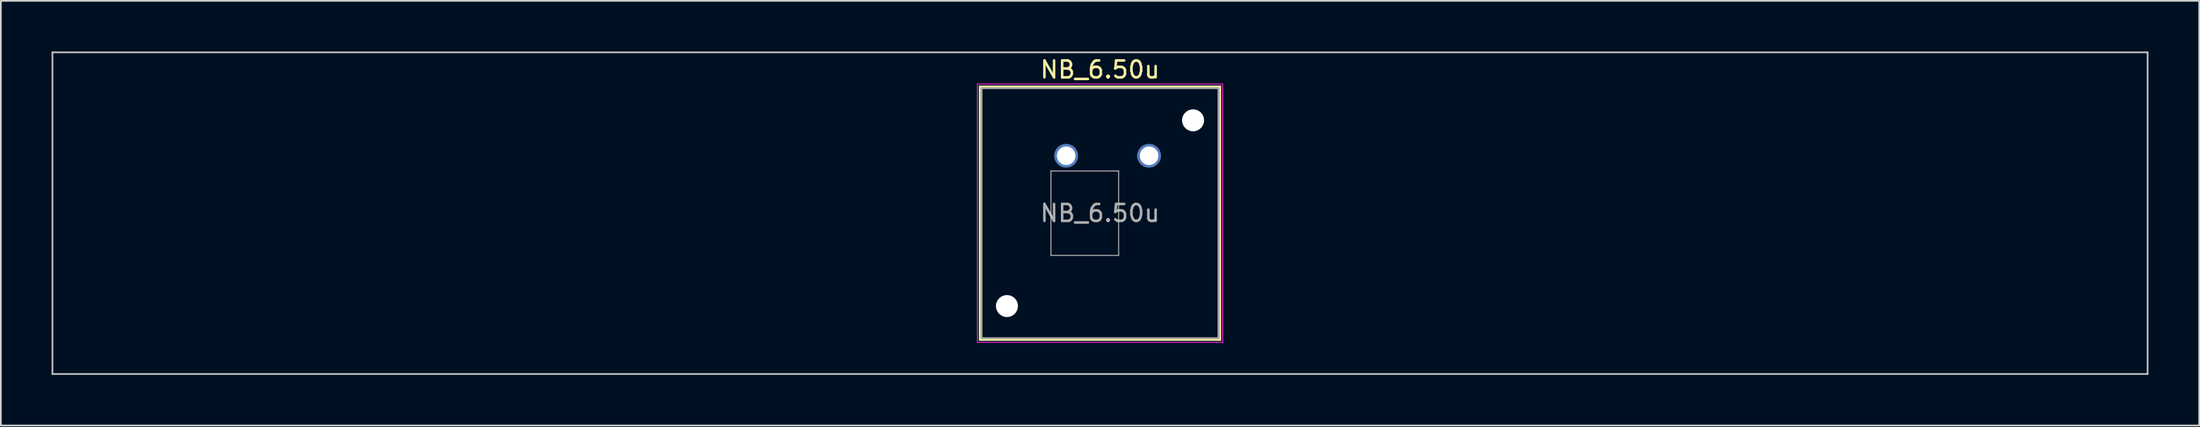
<source format=kicad_pcb>
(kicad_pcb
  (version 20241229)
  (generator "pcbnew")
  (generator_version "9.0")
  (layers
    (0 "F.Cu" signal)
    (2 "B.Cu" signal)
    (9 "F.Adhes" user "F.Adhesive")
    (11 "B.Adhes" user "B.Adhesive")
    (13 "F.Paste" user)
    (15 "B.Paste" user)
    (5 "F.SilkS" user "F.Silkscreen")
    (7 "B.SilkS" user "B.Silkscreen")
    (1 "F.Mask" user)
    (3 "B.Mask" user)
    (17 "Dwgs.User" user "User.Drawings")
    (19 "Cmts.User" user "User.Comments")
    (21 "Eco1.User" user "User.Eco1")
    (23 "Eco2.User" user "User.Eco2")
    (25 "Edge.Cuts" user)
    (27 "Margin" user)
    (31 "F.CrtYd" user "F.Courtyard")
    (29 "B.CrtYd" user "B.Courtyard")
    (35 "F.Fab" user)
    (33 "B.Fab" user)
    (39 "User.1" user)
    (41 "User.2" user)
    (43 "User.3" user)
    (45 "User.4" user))
  (footprint "NB_6.50u"
    (layer "F.Cu")
    (at 61.962 9.575)
    (property "Reference" "NB_6.50u" (at 0 -8.5 0) (layer "F.SilkS") (effects (font (size 1 1) (thickness 0.15))))
    (attr through_hole)
    (fp_line (start -7.1 -7.5) (end -7.1 7.5) (stroke (width 0.12) (type solid)) (layer "F.SilkS"))
    (fp_line (start -7.1 7.5) (end 7.1 7.5) (stroke (width 0.12) (type solid)) (layer "F.SilkS"))
    (fp_line (start 7.1 -7.5) (end -7.1 -7.5) (stroke (width 0.12) (type solid)) (layer "F.SilkS"))
    (fp_line (start 7.1 7.5) (end 7.1 -7.5) (stroke (width 0.12) (type solid)) (layer "F.SilkS"))
    (fp_line (start -61.913 -9.525) (end -61.913 9.525) (stroke (width 0.1) (type solid)) (layer "Dwgs.User"))
    (fp_line (start -61.913 9.525) (end 61.913 9.525) (stroke (width 0.1) (type solid)) (layer "Dwgs.User"))
    (fp_line (start 61.913 -9.525) (end -61.913 -9.525) (stroke (width 0.1) (type solid)) (layer "Dwgs.User"))
    (fp_line (start 61.913 9.525) (end 61.913 -9.525) (stroke (width 0.1) (type solid)) (layer "Dwgs.User"))
    (fp_line (start -8 -8) (end -8 8) (stroke (width 0.1) (type solid)) (layer "Eco1.User"))
    (fp_line (start -8 8) (end 8 8) (stroke (width 0.1) (type solid)) (layer "Eco1.User"))
    (fp_line (start 8 -8) (end -8 -8) (stroke (width 0.1) (type solid)) (layer "Eco1.User"))
    (fp_line (start 8 8) (end 8 -8) (stroke (width 0.1) (type solid)) (layer "Eco1.User"))
    (fp_line (start -2.9 -2.5) (end 1.1 -2.5) (stroke (width 0.05) (type solid)) (layer "Edge.Cuts"))
    (fp_line (start -2.9 2.5) (end -2.9 -2.5) (stroke (width 0.05) (type solid)) (layer "Edge.Cuts"))
    (fp_line (start 1.1 -2.5) (end 1.1 2.5) (stroke (width 0.05) (type solid)) (layer "Edge.Cuts"))
    (fp_line (start 1.1 2.5) (end -2.9 2.5) (stroke (width 0.05) (type solid)) (layer "Edge.Cuts"))
    (fp_line (start -7.25 -7.65) (end -7.25 7.65) (stroke (width 0.05) (type solid)) (layer "F.CrtYd"))
    (fp_line (start -7.25 7.65) (end 7.25 7.65) (stroke (width 0.05) (type solid)) (layer "F.CrtYd"))
    (fp_line (start 7.25 -7.65) (end -7.25 -7.65) (stroke (width 0.05) (type solid)) (layer "F.CrtYd"))
    (fp_line (start 7.25 7.65) (end 7.25 -7.65) (stroke (width 0.05) (type solid)) (layer "F.CrtYd"))
    (fp_line (start -7 -7.4) (end -7 7.4) (stroke (width 0.1) (type solid)) (layer "F.Fab"))
    (fp_line (start -7 7.4) (end 7 7.4) (stroke (width 0.1) (type solid)) (layer "F.Fab"))
    (fp_line (start 7 -7.4) (end -7 -7.4) (stroke (width 0.1) (type solid)) (layer "F.Fab"))
    (fp_line (start 7 7.4) (end 7 -7.4) (stroke (width 0.1) (type solid)) (layer "F.Fab"))
    (fp_text user "${REFERENCE}" (at 0 0 0) (layer "F.Fab") (effects (font (size 1 1) (thickness 0.15))))
    (pad "" np_thru_hole circle (at -5.5 5.5) (size 1.3 1.3) (drill 1.3) (layers "*.Cu" "*.Mask"))
    (pad "" np_thru_hole circle (at 5.5 -5.5) (size 1.3 1.3) (drill 1.3) (layers "*.Cu" "*.Mask"))
    (pad "1" thru_hole circle (at -2 -3.4) (size 1.4 1.4) (drill 1.1) (layers "*.Cu" "*.Mask"))
    (pad "2" thru_hole circle (at 2.9 -3.4) (size 1.4 1.4) (drill 1.1) (layers "*.Cu" "*.Mask")))
  (gr_rect
    (start -3 -3)
    (end 126.925 22.15)
    (stroke (width 0.1) (type default))
    (fill no)
    (layer "Edge.Cuts")))
</source>
